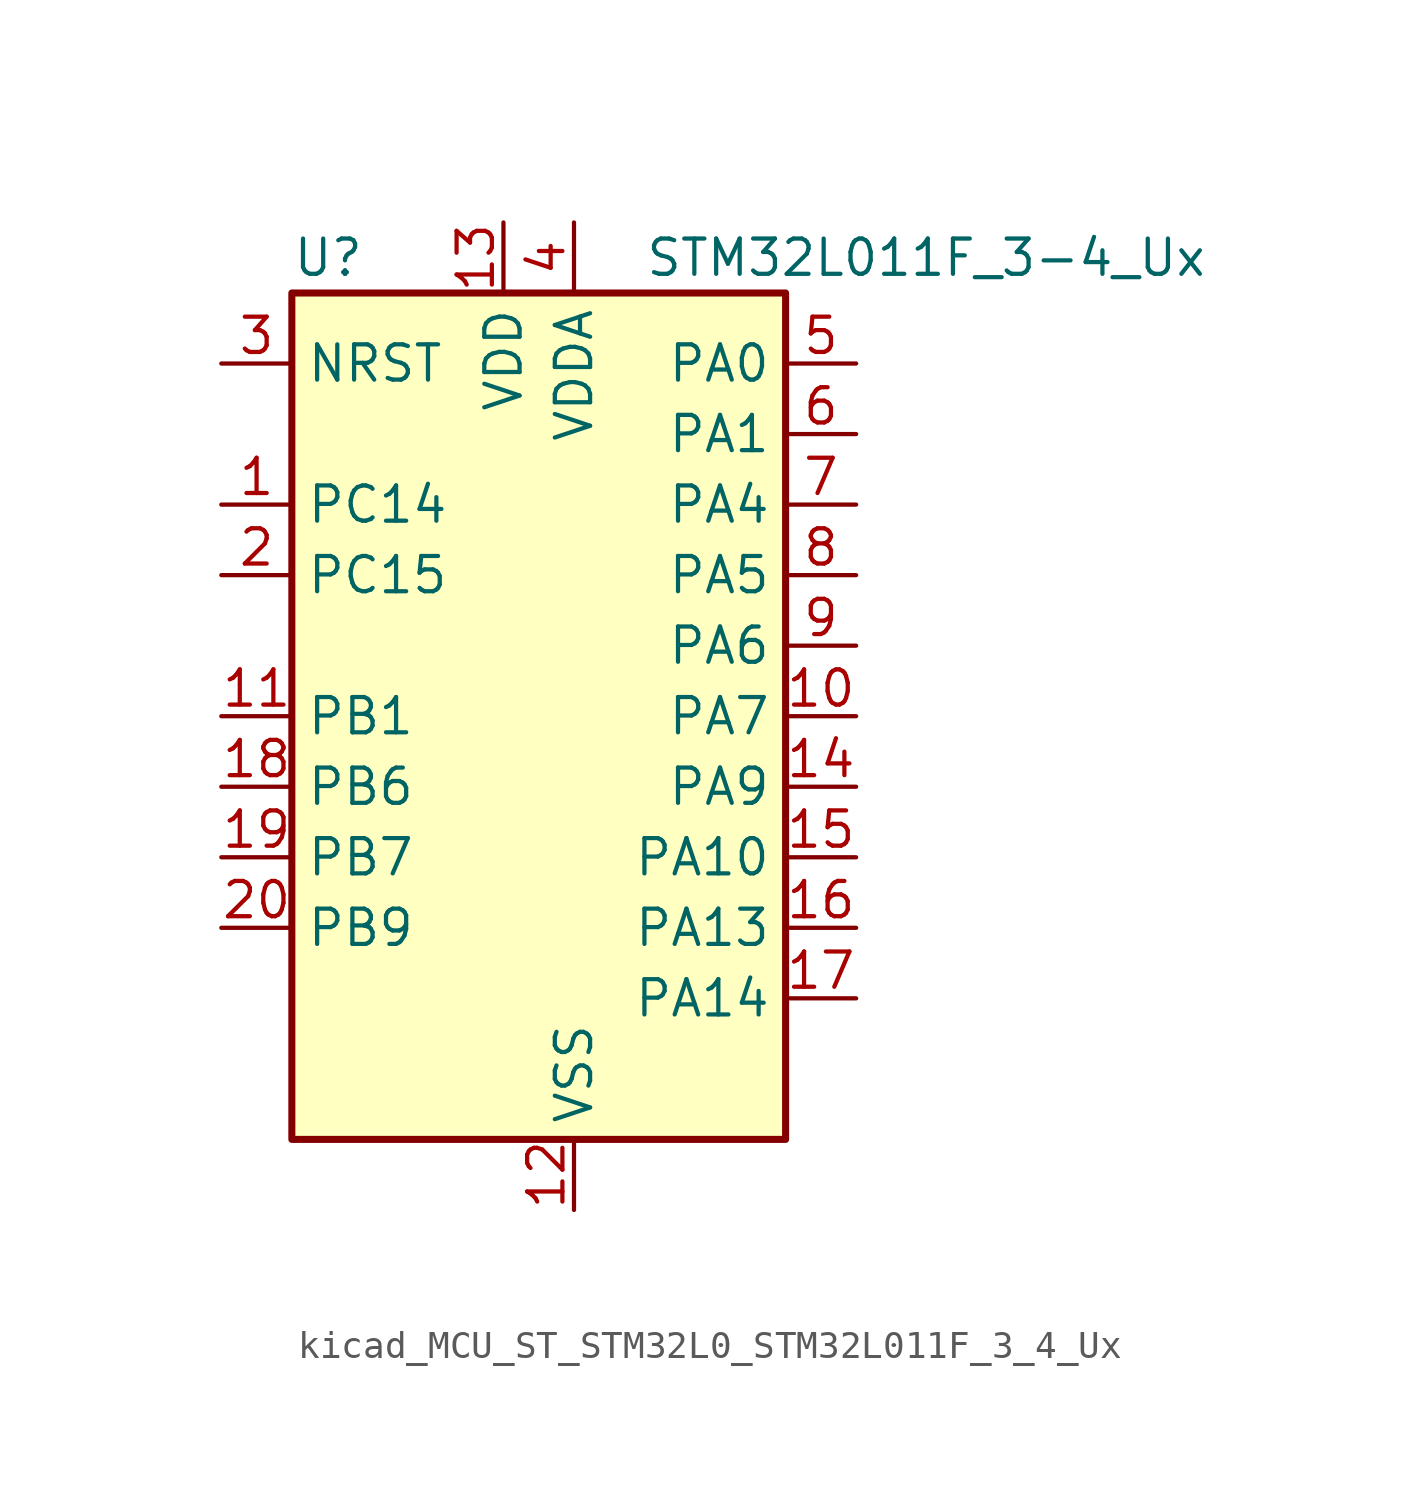
<source format=kicad_sym>
(kicad_symbol_lib
  (version 20220914)
  (generator kicad_symbol_editor)
  (symbol "kicad_MCU_ST_STM32L0_STM32L011F_3_4_Ux"
    (property "Reference" "U"
      (at -7.62 16.51 0)
      (effects (font (size 1.27 1.27)) (justify left)))
    (property "Value" "STM32L011F_3-4_Ux"
      (at 5.08 16.51 0)
      (effects (font (size 1.27 1.27)) (justify left)))
    (property "ki_locked" ""
      (at 0 0 0)
      (effects (font (size 1.27 1.27))))
    (symbol "kicad_MCU_ST_STM32L0_STM32L011F_3_4_Ux_0_1"
      (rectangle (start -7.62 -15.24) (end 10.16 15.24) (stroke (width 0.254) (type default)) (fill (type background))))
    (symbol "kicad_MCU_ST_STM32L0_STM32L011F_3_4_Ux_1_1"
      (pin bidirectional line (at -10.16 7.62 0) (length 2.54) (name "PC14" (effects (font (size 1.27 1.27)))) (number "1" (effects (font (size 1.27 1.27)))) (alternate "RCC_OSC32_IN" bidirectional line))
      (pin bidirectional line (at 12.7 0 180) (length 2.54) (name "PA7" (effects (font (size 1.27 1.27)))) (number "10" (effects (font (size 1.27 1.27)))) (alternate "ADC_IN7" bidirectional line) (alternate "COMP2_INP" bidirectional line) (alternate "COMP2_OUT" bidirectional line) (alternate "LPTIM1_OUT" bidirectional line) (alternate "SPI1_MOSI" bidirectional line) (alternate "TIM21_ETR" bidirectional line) (alternate "USART2_CTS" bidirectional line))
      (pin bidirectional line (at -10.16 0 0) (length 2.54) (name "PB1" (effects (font (size 1.27 1.27)))) (number "11" (effects (font (size 1.27 1.27)))) (alternate "ADC_IN9" bidirectional line) (alternate "LPTIM1_IN1" bidirectional line) (alternate "LPUART1_DE" bidirectional line) (alternate "LPUART1_RTS" bidirectional line) (alternate "SPI1_MOSI" bidirectional line) (alternate "SYS_VREF_OUT_PB1" bidirectional line) (alternate "TIM2_CH4" bidirectional line) (alternate "USART2_CK" bidirectional line))
      (pin power_in line (at 2.54 -17.78 90) (length 2.54) (name "VSS" (effects (font (size 1.27 1.27)))) (number "12" (effects (font (size 1.27 1.27)))))
      (pin power_in line (at 0 17.78 270) (length 2.54) (name "VDD" (effects (font (size 1.27 1.27)))) (number "13" (effects (font (size 1.27 1.27)))))
      (pin bidirectional line (at 12.7 -2.54 180) (length 2.54) (name "PA9" (effects (font (size 1.27 1.27)))) (number "14" (effects (font (size 1.27 1.27)))) (alternate "COMP1_OUT" bidirectional line) (alternate "I2C1_SCL" bidirectional line) (alternate "LPTIM1_OUT" bidirectional line) (alternate "RCC_MCO" bidirectional line) (alternate "TIM21_CH2" bidirectional line) (alternate "USART2_TX" bidirectional line))
      (pin bidirectional line (at 12.7 -5.08 180) (length 2.54) (name "PA10" (effects (font (size 1.27 1.27)))) (number "15" (effects (font (size 1.27 1.27)))) (alternate "COMP1_OUT" bidirectional line) (alternate "I2C1_SDA" bidirectional line) (alternate "RTC_REFIN" bidirectional line) (alternate "TIM21_CH1" bidirectional line) (alternate "TIM2_CH3" bidirectional line) (alternate "USART2_RX" bidirectional line))
      (pin bidirectional line (at 12.7 -7.62 180) (length 2.54) (name "PA13" (effects (font (size 1.27 1.27)))) (number "16" (effects (font (size 1.27 1.27)))) (alternate "COMP1_OUT" bidirectional line) (alternate "I2C1_SDA" bidirectional line) (alternate "LPTIM1_ETR" bidirectional line) (alternate "LPUART1_RX" bidirectional line) (alternate "SPI1_SCK" bidirectional line) (alternate "SYS_SWDIO" bidirectional line))
      (pin bidirectional line (at 12.7 -10.16 180) (length 2.54) (name "PA14" (effects (font (size 1.27 1.27)))) (number "17" (effects (font (size 1.27 1.27)))) (alternate "COMP2_OUT" bidirectional line) (alternate "I2C1_SMBA" bidirectional line) (alternate "LPTIM1_OUT" bidirectional line) (alternate "LPUART1_TX" bidirectional line) (alternate "SPI1_MISO" bidirectional line) (alternate "SYS_SWCLK" bidirectional line) (alternate "USART2_TX" bidirectional line))
      (pin bidirectional line (at -10.16 -2.54 0) (length 2.54) (name "PB6" (effects (font (size 1.27 1.27)))) (number "18" (effects (font (size 1.27 1.27)))) (alternate "COMP2_INP" bidirectional line) (alternate "I2C1_SCL" bidirectional line) (alternate "LPTIM1_ETR" bidirectional line) (alternate "LPUART1_TX" bidirectional line) (alternate "TIM2_CH3" bidirectional line) (alternate "USART2_TX" bidirectional line))
      (pin bidirectional line (at -10.16 -5.08 0) (length 2.54) (name "PB7" (effects (font (size 1.27 1.27)))) (number "19" (effects (font (size 1.27 1.27)))) (alternate "COMP2_INP" bidirectional line) (alternate "I2C1_SDA" bidirectional line) (alternate "LPTIM1_IN2" bidirectional line) (alternate "LPUART1_RX" bidirectional line) (alternate "SYS_PVD_IN" bidirectional line) (alternate "TIM2_CH4" bidirectional line) (alternate "USART2_RX" bidirectional line))
      (pin bidirectional line (at -10.16 5.08 0) (length 2.54) (name "PC15" (effects (font (size 1.27 1.27)))) (number "2" (effects (font (size 1.27 1.27)))) (alternate "RCC_OSC32_OUT" bidirectional line))
      (pin bidirectional line (at -10.16 -7.62 0) (length 2.54) (name "PB9" (effects (font (size 1.27 1.27)))) (number "20" (effects (font (size 1.27 1.27)))))
      (pin input line (at -10.16 12.7 0) (length 2.54) (name "NRST" (effects (font (size 1.27 1.27)))) (number "3" (effects (font (size 1.27 1.27)))))
      (pin power_in line (at 2.54 17.78 270) (length 2.54) (name "VDDA" (effects (font (size 1.27 1.27)))) (number "4" (effects (font (size 1.27 1.27)))))
      (pin bidirectional line (at 12.7 12.7 180) (length 2.54) (name "PA0" (effects (font (size 1.27 1.27)))) (number "5" (effects (font (size 1.27 1.27)))) (alternate "ADC_IN0" bidirectional line) (alternate "COMP1_INM" bidirectional line) (alternate "COMP1_OUT" bidirectional line) (alternate "LPTIM1_IN1" bidirectional line) (alternate "LPUART1_RX" bidirectional line) (alternate "RCC_CK_IN" bidirectional line) (alternate "RTC_TAMP2" bidirectional line) (alternate "SYS_WKUP1" bidirectional line) (alternate "TIM2_CH1" bidirectional line) (alternate "TIM2_ETR" bidirectional line) (alternate "USART2_CTS" bidirectional line) (alternate "USART2_RX" bidirectional line))
      (pin bidirectional line (at 12.7 10.16 180) (length 2.54) (name "PA1" (effects (font (size 1.27 1.27)))) (number "6" (effects (font (size 1.27 1.27)))) (alternate "ADC_IN1" bidirectional line) (alternate "COMP1_INP" bidirectional line) (alternate "I2C1_SMBA" bidirectional line) (alternate "LPTIM1_IN2" bidirectional line) (alternate "LPUART1_TX" bidirectional line) (alternate "TIM21_ETR" bidirectional line) (alternate "TIM2_CH2" bidirectional line) (alternate "USART2_DE" bidirectional line) (alternate "USART2_RTS" bidirectional line))
      (pin bidirectional line (at 12.7 7.62 180) (length 2.54) (name "PA4" (effects (font (size 1.27 1.27)))) (number "7" (effects (font (size 1.27 1.27)))) (alternate "ADC_IN4" bidirectional line) (alternate "COMP1_INM" bidirectional line) (alternate "COMP2_INM" bidirectional line) (alternate "COMP2_OUT" bidirectional line) (alternate "I2C1_SCL" bidirectional line) (alternate "LPTIM1_ETR" bidirectional line) (alternate "LPTIM1_IN1" bidirectional line) (alternate "LPUART1_TX" bidirectional line) (alternate "SPI1_NSS" bidirectional line) (alternate "TIM2_ETR" bidirectional line) (alternate "USART2_CK" bidirectional line))
      (pin bidirectional line (at 12.7 5.08 180) (length 2.54) (name "PA5" (effects (font (size 1.27 1.27)))) (number "8" (effects (font (size 1.27 1.27)))) (alternate "ADC_IN5" bidirectional line) (alternate "COMP1_INM" bidirectional line) (alternate "COMP2_INM" bidirectional line) (alternate "LPTIM1_IN2" bidirectional line) (alternate "SPI1_SCK" bidirectional line) (alternate "TIM2_CH1" bidirectional line) (alternate "TIM2_ETR" bidirectional line))
      (pin bidirectional line (at 12.7 2.54 180) (length 2.54) (name "PA6" (effects (font (size 1.27 1.27)))) (number "9" (effects (font (size 1.27 1.27)))) (alternate "ADC_IN6" bidirectional line) (alternate "COMP1_OUT" bidirectional line) (alternate "LPTIM1_ETR" bidirectional line) (alternate "LPUART1_CTS" bidirectional line) (alternate "SPI1_MISO" bidirectional line)))))
</source>
